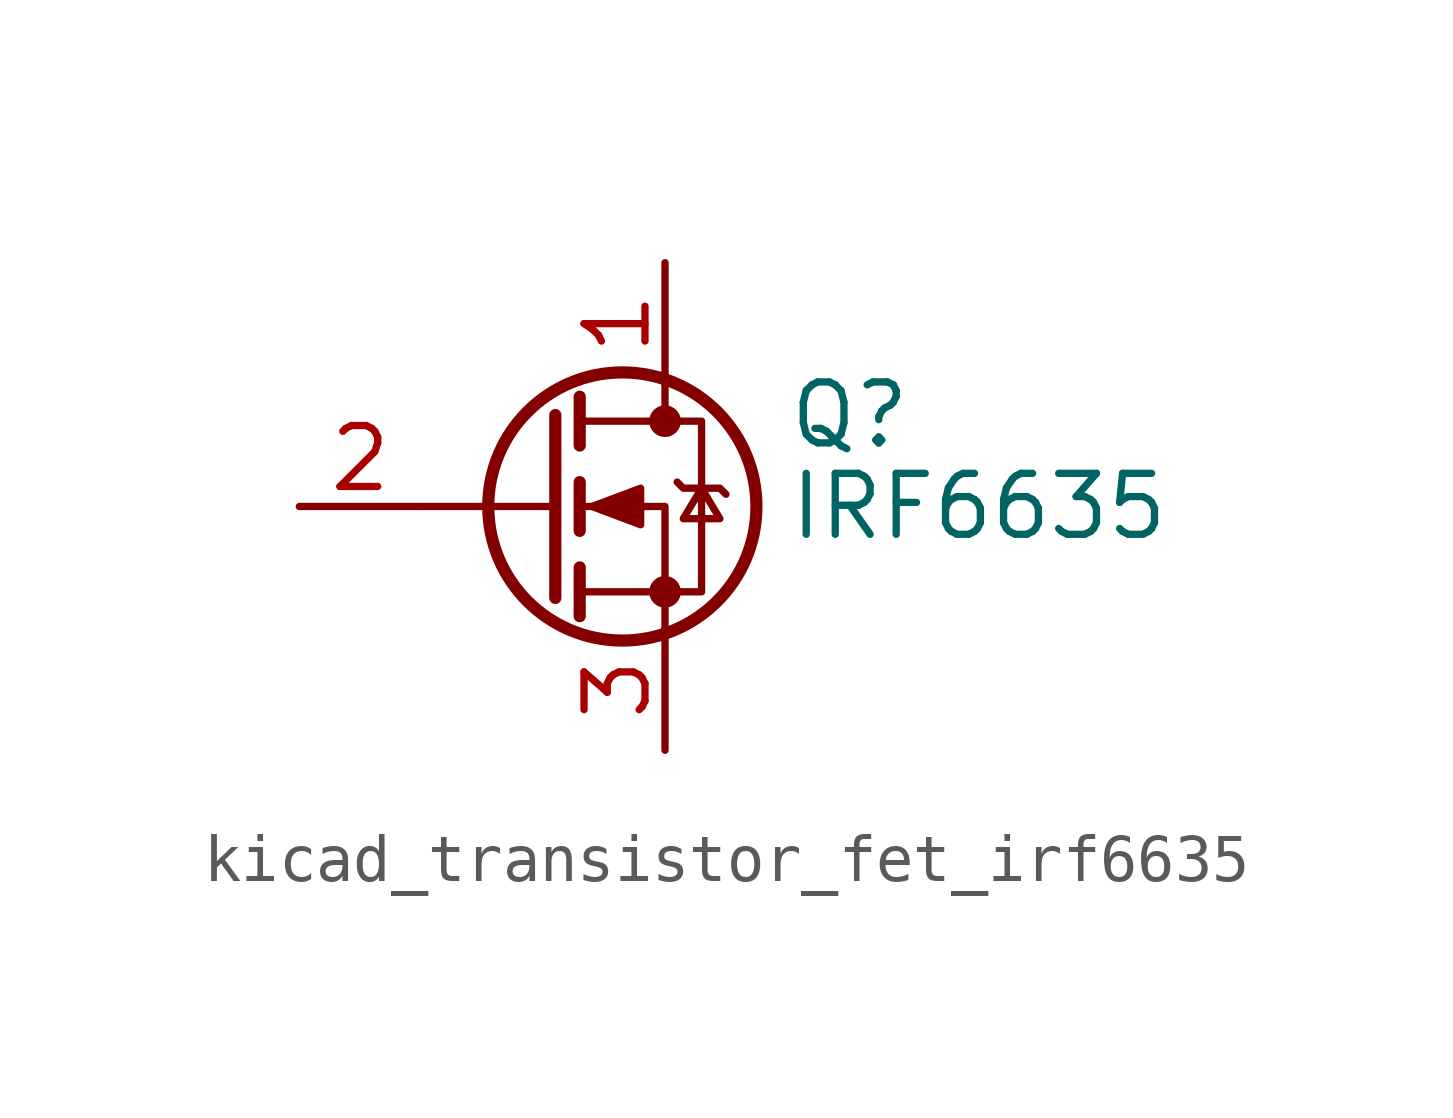
<source format=kicad_sym>
(kicad_symbol_lib
  (version 20220914)
  (generator kicad_symbol_editor)
  (symbol "kicad_transistor_fet_irf6635"
    (pin_names hide)
    (property "Reference" "Q"
      (at 5.08 1.905 0)
      (effects (font (size 1.27 1.27)) (justify left)))
    (property "Value" "IRF6635"
      (at 5.08 0 0)
      (effects (font (size 1.27 1.27)) (justify left)))
    (symbol "kicad_transistor_fet_irf6635_0_1"
      (polyline (pts (xy 0.254 0) (xy -2.54 0)) (stroke (width 0) (type default)) (fill (type none)))
      (polyline (pts (xy 0.254 1.905) (xy 0.254 -1.905)) (stroke (width 0.254) (type default)) (fill (type none)))
      (polyline (pts (xy 0.762 -1.27) (xy 0.762 -2.286)) (stroke (width 0.254) (type default)) (fill (type none)))
      (polyline (pts (xy 0.762 0.508) (xy 0.762 -0.508)) (stroke (width 0.254) (type default)) (fill (type none)))
      (polyline (pts (xy 0.762 2.286) (xy 0.762 1.27)) (stroke (width 0.254) (type default)) (fill (type none)))
      (polyline (pts (xy 2.54 2.54) (xy 2.54 1.778)) (stroke (width 0) (type default)) (fill (type none)))
      (polyline (pts (xy 2.54 -2.54) (xy 2.54 0) (xy 0.762 0)) (stroke (width 0) (type default)) (fill (type none)))
      (polyline (pts (xy 0.762 -1.778) (xy 3.302 -1.778) (xy 3.302 1.778) (xy 0.762 1.778)) (stroke (width 0) (type default)) (fill (type none)))
      (polyline (pts (xy 1.016 0) (xy 2.032 0.381) (xy 2.032 -0.381) (xy 1.016 0)) (stroke (width 0) (type default)) (fill (type outline)))
      (polyline (pts (xy 2.794 0.508) (xy 2.921 0.381) (xy 3.683 0.381) (xy 3.81 0.254)) (stroke (width 0) (type default)) (fill (type none)))
      (polyline (pts (xy 3.302 0.381) (xy 2.921 -0.254) (xy 3.683 -0.254) (xy 3.302 0.381)) (stroke (width 0) (type default)) (fill (type none)))
      (circle (center 1.651 0) (radius 2.794) (stroke (width 0.254) (type default)) (fill (type none)))
      (circle (center 2.54 -1.778) (radius 0.254) (stroke (width 0) (type default)) (fill (type outline)))
      (circle (center 2.54 1.778) (radius 0.254) (stroke (width 0) (type default)) (fill (type outline))))
    (symbol "kicad_transistor_fet_irf6635_1_1"
      (pin passive line (at 2.54 5.08 270) (length 2.54) (name "D" (effects (font (size 1.27 1.27)))) (number "1" (effects (font (size 1.27 1.27)))))
      (pin input line (at -5.08 0 0) (length 2.54) (name "G" (effects (font (size 1.27 1.27)))) (number "2" (effects (font (size 1.27 1.27)))))
      (pin passive line (at 2.54 -5.08 90) (length 2.54) (name "S" (effects (font (size 1.27 1.27)))) (number "3" (effects (font (size 1.27 1.27))))))))
</source>
